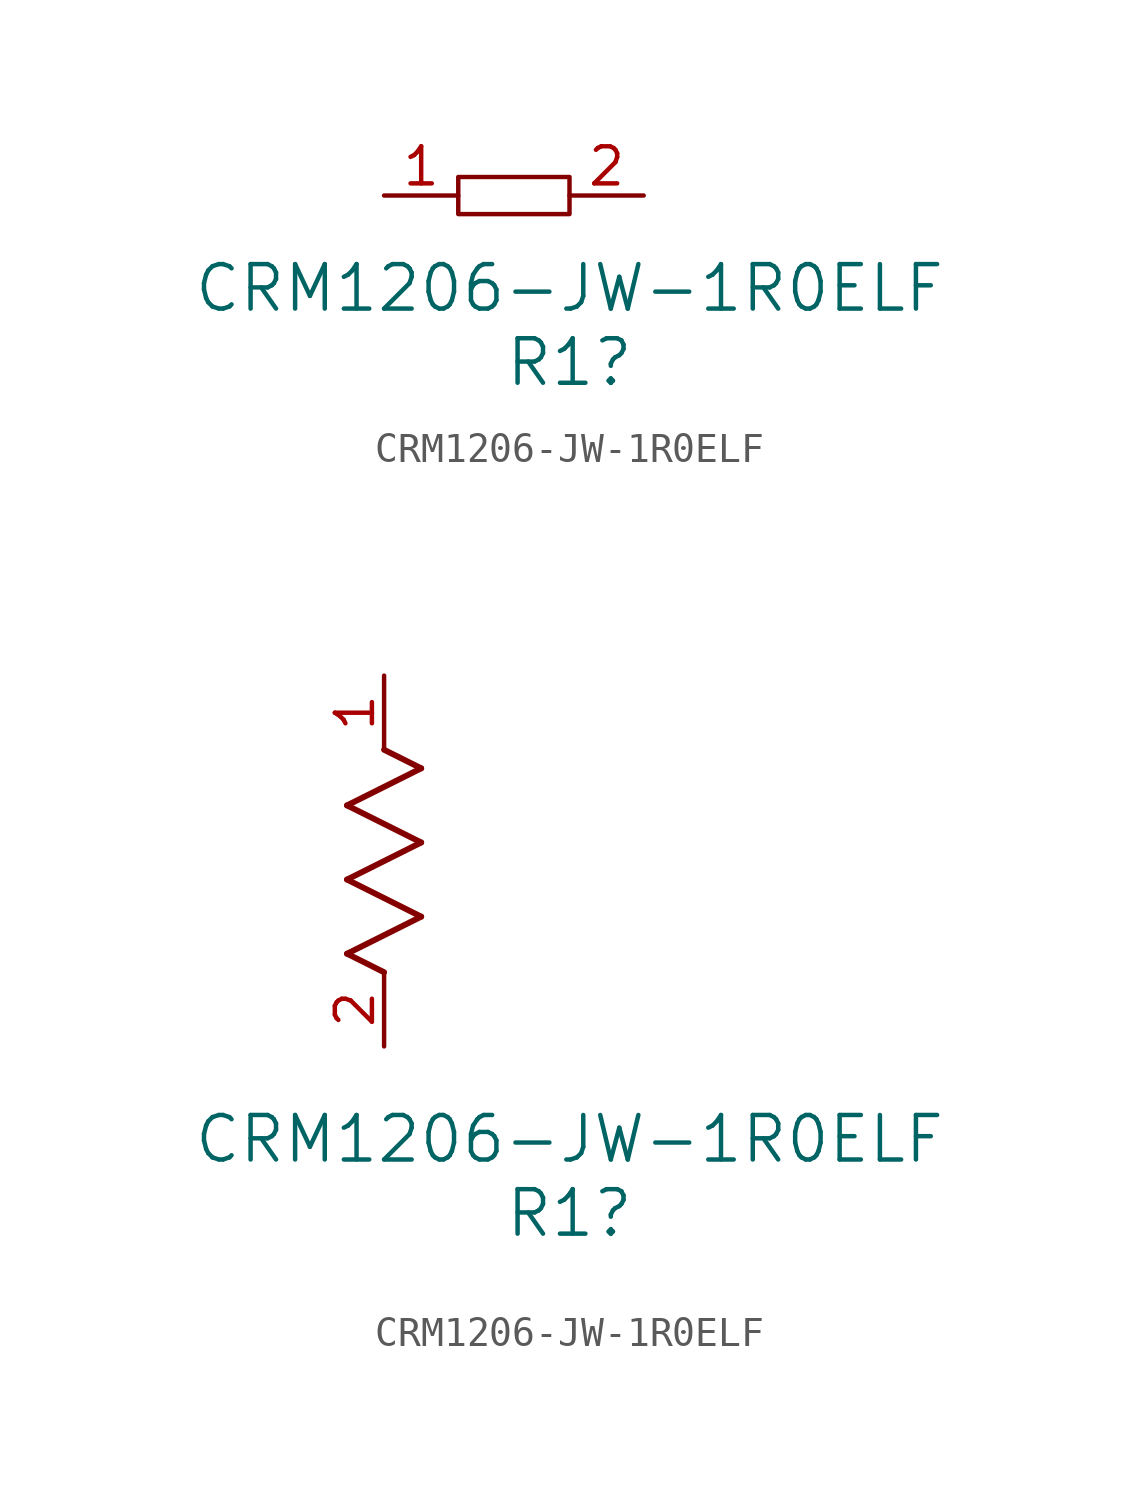
<source format=kicad_sym>
(kicad_symbol_lib
  (version 20220914)
  (generator kicad_symbol_editor)
  (symbol "CRM1206-JW-1R0ELF"
    (pin_names
      (offset 0.254))
    (property "Reference" "R1"
      (at 6.35 -5.715 0)
      (effects (font (size 1.524 1.524))))
    (property "Value" "CRM1206-JW-1R0ELF"
      (at 6.35 -3.175 0)
      (effects (font (size 1.524 1.524))))
    (property "ki_locked" ""
      (at 0 0 0)
      (effects (font (size 1.27 1.27))))
    (symbol "CRM1206-JW-1R0ELF_1_1"
      (rectangle (start 2.54 0.635) (end 6.35 -0.635) (stroke (width 0) (type default)) (fill (type none)))
      (pin unspecified line (at 0 0 0) (length 2.54) (name "" (effects (font (size 1.27 1.27)))) (number "1" (effects (font (size 1.27 1.27)))))
      (pin unspecified line (at 8.89 0 180) (length 2.54) (name "" (effects (font (size 1.27 1.27)))) (number "2" (effects (font (size 1.27 1.27))))))
    (symbol "CRM1206-JW-1R0ELF_1_2"
      (polyline (pts (xy -1.27 3.175) (xy 1.27 4.445)) (stroke (width 0.203) (type default)) (fill (type none)))
      (polyline (pts (xy -1.27 5.715) (xy 1.27 6.985)) (stroke (width 0.203) (type default)) (fill (type none)))
      (polyline (pts (xy -1.27 8.255) (xy 1.27 9.525)) (stroke (width 0.203) (type default)) (fill (type none)))
      (polyline (pts (xy 0 2.54) (xy -1.27 3.175)) (stroke (width 0.203) (type default)) (fill (type none)))
      (polyline (pts (xy 1.27 4.445) (xy -1.27 5.715)) (stroke (width 0.203) (type default)) (fill (type none)))
      (polyline (pts (xy 1.27 6.985) (xy -1.27 8.255)) (stroke (width 0.203) (type default)) (fill (type none)))
      (polyline (pts (xy 1.27 9.525) (xy 0 10.16)) (stroke (width 0.203) (type default)) (fill (type none)))
      (pin unspecified line (at 0 12.7 270) (length 2.54) (name "" (effects (font (size 1.27 1.27)))) (number "1" (effects (font (size 1.27 1.27)))))
      (pin unspecified line (at 0 0 90) (length 2.54) (name "" (effects (font (size 1.27 1.27)))) (number "2" (effects (font (size 1.27 1.27))))))))
</source>
